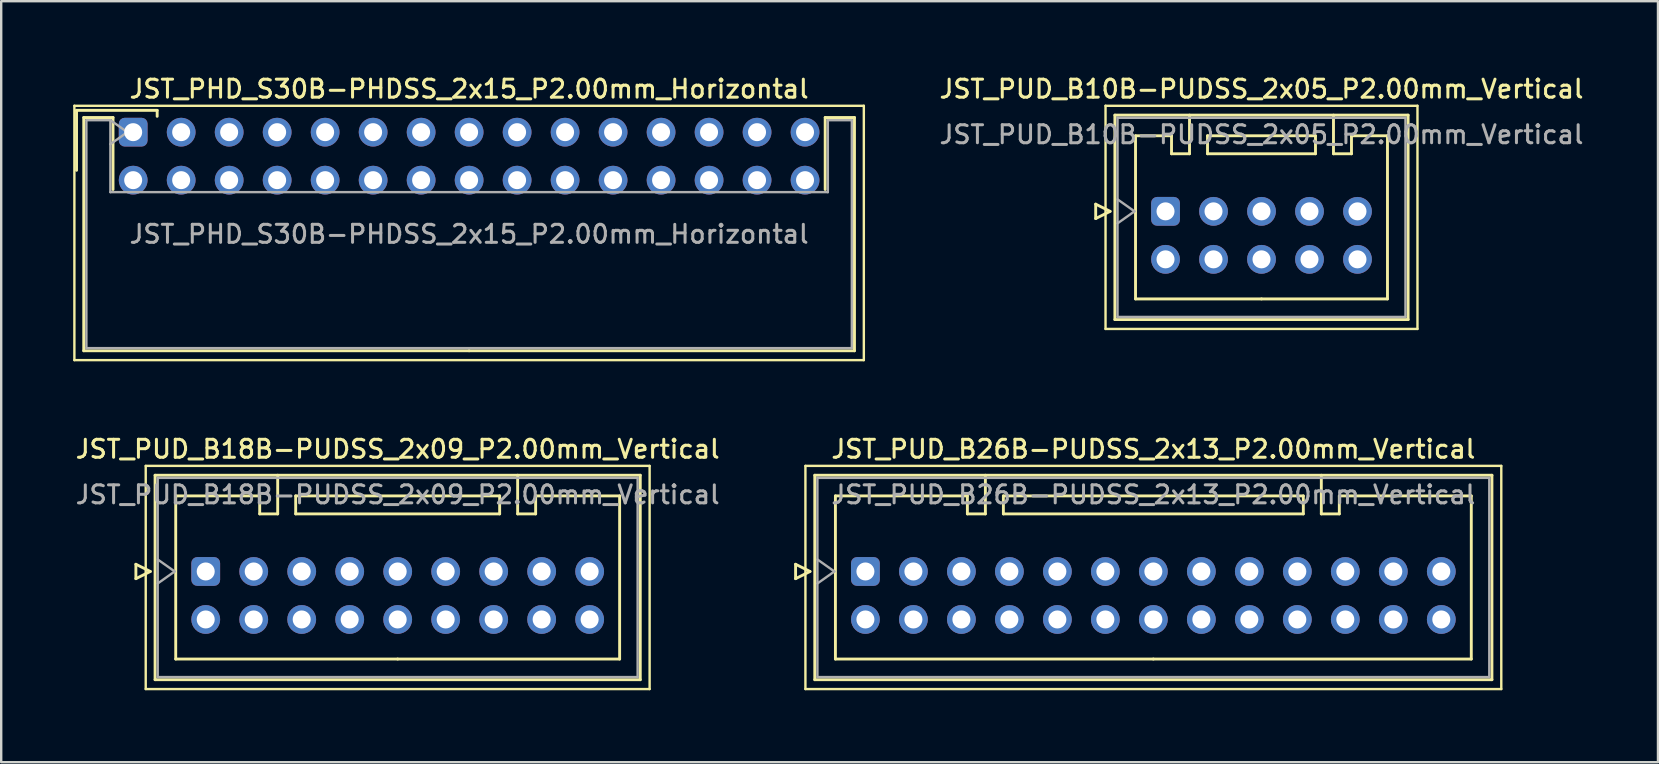
<source format=kicad_pcb>
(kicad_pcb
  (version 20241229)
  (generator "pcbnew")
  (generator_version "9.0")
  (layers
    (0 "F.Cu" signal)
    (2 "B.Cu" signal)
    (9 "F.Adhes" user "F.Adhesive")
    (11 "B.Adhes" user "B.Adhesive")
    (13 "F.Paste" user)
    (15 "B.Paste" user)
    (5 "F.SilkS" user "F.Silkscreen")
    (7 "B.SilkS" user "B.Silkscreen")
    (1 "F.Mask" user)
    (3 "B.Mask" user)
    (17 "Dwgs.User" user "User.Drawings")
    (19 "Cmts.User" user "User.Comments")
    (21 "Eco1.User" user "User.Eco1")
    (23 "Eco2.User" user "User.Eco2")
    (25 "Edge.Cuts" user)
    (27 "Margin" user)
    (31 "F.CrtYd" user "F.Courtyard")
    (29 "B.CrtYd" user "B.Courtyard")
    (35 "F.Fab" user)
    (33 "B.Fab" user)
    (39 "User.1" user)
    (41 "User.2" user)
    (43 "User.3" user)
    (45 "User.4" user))
  (footprint "JST_PUD_B26B-PUDSS_2x13_P2.00mm_Vertical"
    (layer "F.Cu")
    (at 33.016 20.766)
    (property "Reference" "JST_PUD_B26B-PUDSS_2x13_P2.00mm_Vertical" (at 12 -5.1 0) (layer "F.SilkS") (effects (font (size 0.75 0.75) (thickness 0.125))))
    (attr through_hole)
    (fp_line (start -2.91 -0.3) (end -2.31 0) (stroke (width 0.12) (type solid)) (layer "F.SilkS"))
    (fp_line (start -2.91 0.3) (end -2.91 -0.3) (stroke (width 0.12) (type solid)) (layer "F.SilkS"))
    (fp_line (start -2.5 -4.4) (end -2.5 4.9) (stroke (width 0.1) (type solid)) (layer "F.SilkS"))
    (fp_line (start -2.5 4.9) (end 26.5 4.9) (stroke (width 0.1) (type solid)) (layer "F.SilkS"))
    (fp_line (start -2.31 0) (end -2.91 0.3) (stroke (width 0.12) (type solid)) (layer "F.SilkS"))
    (fp_line (start -2.11 -4.01) (end -2.11 4.51) (stroke (width 0.12) (type solid)) (layer "F.SilkS"))
    (fp_line (start -2.11 4.51) (end 26.11 4.51) (stroke (width 0.12) (type solid)) (layer "F.SilkS"))
    (fp_line (start -1.25 -3.15) (end -1.25 3.65) (stroke (width 0.12) (type solid)) (layer "F.SilkS"))
    (fp_line (start -1.25 3.65) (end 12 3.65) (stroke (width 0.12) (type solid)) (layer "F.SilkS"))
    (fp_line (start 4.25 -3.15) (end -1.25 -3.15) (stroke (width 0.12) (type solid)) (layer "F.SilkS"))
    (fp_line (start 4.25 -2.4) (end 4.25 -3.15) (stroke (width 0.12) (type solid)) (layer "F.SilkS"))
    (fp_line (start 5 -4.01) (end 5 -2.4) (stroke (width 0.12) (type solid)) (layer "F.SilkS"))
    (fp_line (start 5 -2.4) (end 4.25 -2.4) (stroke (width 0.12) (type solid)) (layer "F.SilkS"))
    (fp_line (start 5.75 -3.15) (end 5.75 -2.4) (stroke (width 0.12) (type solid)) (layer "F.SilkS"))
    (fp_line (start 5.75 -2.4) (end 18.25 -2.4) (stroke (width 0.12) (type solid)) (layer "F.SilkS"))
    (fp_line (start 18.25 -3.15) (end 5.75 -3.15) (stroke (width 0.12) (type solid)) (layer "F.SilkS"))
    (fp_line (start 18.25 -2.4) (end 18.25 -3.15) (stroke (width 0.12) (type solid)) (layer "F.SilkS"))
    (fp_line (start 19 -4.01) (end 19 -2.4) (stroke (width 0.12) (type solid)) (layer "F.SilkS"))
    (fp_line (start 19 -2.4) (end 19.75 -2.4) (stroke (width 0.12) (type solid)) (layer "F.SilkS"))
    (fp_line (start 19.75 -3.15) (end 25.25 -3.15) (stroke (width 0.12) (type solid)) (layer "F.SilkS"))
    (fp_line (start 19.75 -2.4) (end 19.75 -3.15) (stroke (width 0.12) (type solid)) (layer "F.SilkS"))
    (fp_line (start 25.25 -3.15) (end 25.25 3.65) (stroke (width 0.12) (type solid)) (layer "F.SilkS"))
    (fp_line (start 25.25 3.65) (end 12 3.65) (stroke (width 0.12) (type solid)) (layer "F.SilkS"))
    (fp_line (start 26.11 -4.01) (end -2.11 -4.01) (stroke (width 0.12) (type solid)) (layer "F.SilkS"))
    (fp_line (start 26.11 4.51) (end 26.11 -4.01) (stroke (width 0.12) (type solid)) (layer "F.SilkS"))
    (fp_line (start 26.5 -4.4) (end -2.5 -4.4) (stroke (width 0.1) (type solid)) (layer "F.SilkS"))
    (fp_line (start 26.5 4.9) (end 26.5 -4.4) (stroke (width 0.1) (type solid)) (layer "F.SilkS"))
    (fp_line (start -2 -3.9) (end -2 4.4) (stroke (width 0.1) (type solid)) (layer "F.Fab"))
    (fp_line (start -2 0.5) (end -1.293 0) (stroke (width 0.1) (type solid)) (layer "F.Fab"))
    (fp_line (start -2 4.4) (end 26 4.4) (stroke (width 0.1) (type solid)) (layer "F.Fab"))
    (fp_line (start -1.293 0) (end -2 -0.5) (stroke (width 0.1) (type solid)) (layer "F.Fab"))
    (fp_line (start 26 -3.9) (end -2 -3.9) (stroke (width 0.1) (type solid)) (layer "F.Fab"))
    (fp_line (start 26 4.4) (end 26 -3.9) (stroke (width 0.1) (type solid)) (layer "F.Fab"))
    (fp_text user "${REFERENCE}" (at 12 -3.2 0) (layer "F.Fab") (effects (font (size 0.75 0.75) (thickness 0.125))))
    (pad "1" thru_hole roundrect (at 0 0) (size 1.2 1.2) (drill 0.75) (layers "*.Cu" "*.Mask") (roundrect_rratio 0.208))
    (pad "2" thru_hole circle (at 0 2) (size 1.2 1.2) (drill 0.75) (layers "*.Cu" "*.Mask"))
    (pad "3" thru_hole circle (at 2 0) (size 1.2 1.2) (drill 0.75) (layers "*.Cu" "*.Mask"))
    (pad "4" thru_hole circle (at 2 2) (size 1.2 1.2) (drill 0.75) (layers "*.Cu" "*.Mask"))
    (pad "5" thru_hole circle (at 4 0) (size 1.2 1.2) (drill 0.75) (layers "*.Cu" "*.Mask"))
    (pad "6" thru_hole circle (at 4 2) (size 1.2 1.2) (drill 0.75) (layers "*.Cu" "*.Mask"))
    (pad "7" thru_hole circle (at 6 0) (size 1.2 1.2) (drill 0.75) (layers "*.Cu" "*.Mask"))
    (pad "8" thru_hole circle (at 6 2) (size 1.2 1.2) (drill 0.75) (layers "*.Cu" "*.Mask"))
    (pad "9" thru_hole circle (at 8 0) (size 1.2 1.2) (drill 0.75) (layers "*.Cu" "*.Mask"))
    (pad "10" thru_hole circle (at 8 2) (size 1.2 1.2) (drill 0.75) (layers "*.Cu" "*.Mask"))
    (pad "11" thru_hole circle (at 10 0) (size 1.2 1.2) (drill 0.75) (layers "*.Cu" "*.Mask"))
    (pad "12" thru_hole circle (at 10 2) (size 1.2 1.2) (drill 0.75) (layers "*.Cu" "*.Mask"))
    (pad "13" thru_hole circle (at 12 0) (size 1.2 1.2) (drill 0.75) (layers "*.Cu" "*.Mask"))
    (pad "14" thru_hole circle (at 12 2) (size 1.2 1.2) (drill 0.75) (layers "*.Cu" "*.Mask"))
    (pad "15" thru_hole circle (at 14 0) (size 1.2 1.2) (drill 0.75) (layers "*.Cu" "*.Mask"))
    (pad "16" thru_hole circle (at 14 2) (size 1.2 1.2) (drill 0.75) (layers "*.Cu" "*.Mask"))
    (pad "17" thru_hole circle (at 16 0) (size 1.2 1.2) (drill 0.75) (layers "*.Cu" "*.Mask"))
    (pad "18" thru_hole circle (at 16 2) (size 1.2 1.2) (drill 0.75) (layers "*.Cu" "*.Mask"))
    (pad "19" thru_hole circle (at 18 0) (size 1.2 1.2) (drill 0.75) (layers "*.Cu" "*.Mask"))
    (pad "20" thru_hole circle (at 18 2) (size 1.2 1.2) (drill 0.75) (layers "*.Cu" "*.Mask"))
    (pad "21" thru_hole circle (at 20 0) (size 1.2 1.2) (drill 0.75) (layers "*.Cu" "*.Mask"))
    (pad "22" thru_hole circle (at 20 2) (size 1.2 1.2) (drill 0.75) (layers "*.Cu" "*.Mask"))
    (pad "23" thru_hole circle (at 22 0) (size 1.2 1.2) (drill 0.75) (layers "*.Cu" "*.Mask"))
    (pad "24" thru_hole circle (at 22 2) (size 1.2 1.2) (drill 0.75) (layers "*.Cu" "*.Mask"))
    (pad "25" thru_hole circle (at 24 0) (size 1.2 1.2) (drill 0.75) (layers "*.Cu" "*.Mask"))
    (pad "26" thru_hole circle (at 24 2) (size 1.2 1.2) (drill 0.75) (layers "*.Cu" "*.Mask")))
  (footprint "JST_PUD_B18B-PUDSS_2x09_P2.00mm_Vertical"
    (layer "F.Cu")
    (at 5.523 20.766)
    (property "Reference" "JST_PUD_B18B-PUDSS_2x09_P2.00mm_Vertical" (at 8 -5.1 0) (layer "F.SilkS") (effects (font (size 0.75 0.75) (thickness 0.125))))
    (attr through_hole)
    (fp_line (start -2.91 -0.3) (end -2.31 0) (stroke (width 0.12) (type solid)) (layer "F.SilkS"))
    (fp_line (start -2.91 0.3) (end -2.91 -0.3) (stroke (width 0.12) (type solid)) (layer "F.SilkS"))
    (fp_line (start -2.5 -4.4) (end -2.5 4.9) (stroke (width 0.1) (type solid)) (layer "F.SilkS"))
    (fp_line (start -2.5 4.9) (end 18.5 4.9) (stroke (width 0.1) (type solid)) (layer "F.SilkS"))
    (fp_line (start -2.31 0) (end -2.91 0.3) (stroke (width 0.12) (type solid)) (layer "F.SilkS"))
    (fp_line (start -2.11 -4.01) (end -2.11 4.51) (stroke (width 0.12) (type solid)) (layer "F.SilkS"))
    (fp_line (start -2.11 4.51) (end 18.11 4.51) (stroke (width 0.12) (type solid)) (layer "F.SilkS"))
    (fp_line (start -1.25 -3.15) (end -1.25 3.65) (stroke (width 0.12) (type solid)) (layer "F.SilkS"))
    (fp_line (start -1.25 3.65) (end 8 3.65) (stroke (width 0.12) (type solid)) (layer "F.SilkS"))
    (fp_line (start 2.25 -3.15) (end -1.25 -3.15) (stroke (width 0.12) (type solid)) (layer "F.SilkS"))
    (fp_line (start 2.25 -2.4) (end 2.25 -3.15) (stroke (width 0.12) (type solid)) (layer "F.SilkS"))
    (fp_line (start 3 -4.01) (end 3 -2.4) (stroke (width 0.12) (type solid)) (layer "F.SilkS"))
    (fp_line (start 3 -2.4) (end 2.25 -2.4) (stroke (width 0.12) (type solid)) (layer "F.SilkS"))
    (fp_line (start 3.75 -3.15) (end 3.75 -2.4) (stroke (width 0.12) (type solid)) (layer "F.SilkS"))
    (fp_line (start 3.75 -2.4) (end 12.25 -2.4) (stroke (width 0.12) (type solid)) (layer "F.SilkS"))
    (fp_line (start 12.25 -3.15) (end 3.75 -3.15) (stroke (width 0.12) (type solid)) (layer "F.SilkS"))
    (fp_line (start 12.25 -2.4) (end 12.25 -3.15) (stroke (width 0.12) (type solid)) (layer "F.SilkS"))
    (fp_line (start 13 -4.01) (end 13 -2.4) (stroke (width 0.12) (type solid)) (layer "F.SilkS"))
    (fp_line (start 13 -2.4) (end 13.75 -2.4) (stroke (width 0.12) (type solid)) (layer "F.SilkS"))
    (fp_line (start 13.75 -3.15) (end 17.25 -3.15) (stroke (width 0.12) (type solid)) (layer "F.SilkS"))
    (fp_line (start 13.75 -2.4) (end 13.75 -3.15) (stroke (width 0.12) (type solid)) (layer "F.SilkS"))
    (fp_line (start 17.25 -3.15) (end 17.25 3.65) (stroke (width 0.12) (type solid)) (layer "F.SilkS"))
    (fp_line (start 17.25 3.65) (end 8 3.65) (stroke (width 0.12) (type solid)) (layer "F.SilkS"))
    (fp_line (start 18.11 -4.01) (end -2.11 -4.01) (stroke (width 0.12) (type solid)) (layer "F.SilkS"))
    (fp_line (start 18.11 4.51) (end 18.11 -4.01) (stroke (width 0.12) (type solid)) (layer "F.SilkS"))
    (fp_line (start 18.5 -4.4) (end -2.5 -4.4) (stroke (width 0.1) (type solid)) (layer "F.SilkS"))
    (fp_line (start 18.5 4.9) (end 18.5 -4.4) (stroke (width 0.1) (type solid)) (layer "F.SilkS"))
    (fp_line (start -2 -3.9) (end -2 4.4) (stroke (width 0.1) (type solid)) (layer "F.Fab"))
    (fp_line (start -2 0.5) (end -1.293 0) (stroke (width 0.1) (type solid)) (layer "F.Fab"))
    (fp_line (start -2 4.4) (end 18 4.4) (stroke (width 0.1) (type solid)) (layer "F.Fab"))
    (fp_line (start -1.293 0) (end -2 -0.5) (stroke (width 0.1) (type solid)) (layer "F.Fab"))
    (fp_line (start 18 -3.9) (end -2 -3.9) (stroke (width 0.1) (type solid)) (layer "F.Fab"))
    (fp_line (start 18 4.4) (end 18 -3.9) (stroke (width 0.1) (type solid)) (layer "F.Fab"))
    (fp_text user "${REFERENCE}" (at 8 -3.2 0) (layer "F.Fab") (effects (font (size 0.75 0.75) (thickness 0.125))))
    (pad "1" thru_hole roundrect (at 0 0) (size 1.2 1.2) (drill 0.75) (layers "*.Cu" "*.Mask") (roundrect_rratio 0.208))
    (pad "2" thru_hole circle (at 0 2) (size 1.2 1.2) (drill 0.75) (layers "*.Cu" "*.Mask"))
    (pad "3" thru_hole circle (at 2 0) (size 1.2 1.2) (drill 0.75) (layers "*.Cu" "*.Mask"))
    (pad "4" thru_hole circle (at 2 2) (size 1.2 1.2) (drill 0.75) (layers "*.Cu" "*.Mask"))
    (pad "5" thru_hole circle (at 4 0) (size 1.2 1.2) (drill 0.75) (layers "*.Cu" "*.Mask"))
    (pad "6" thru_hole circle (at 4 2) (size 1.2 1.2) (drill 0.75) (layers "*.Cu" "*.Mask"))
    (pad "7" thru_hole circle (at 6 0) (size 1.2 1.2) (drill 0.75) (layers "*.Cu" "*.Mask"))
    (pad "8" thru_hole circle (at 6 2) (size 1.2 1.2) (drill 0.75) (layers "*.Cu" "*.Mask"))
    (pad "9" thru_hole circle (at 8 0) (size 1.2 1.2) (drill 0.75) (layers "*.Cu" "*.Mask"))
    (pad "10" thru_hole circle (at 8 2) (size 1.2 1.2) (drill 0.75) (layers "*.Cu" "*.Mask"))
    (pad "11" thru_hole circle (at 10 0) (size 1.2 1.2) (drill 0.75) (layers "*.Cu" "*.Mask"))
    (pad "12" thru_hole circle (at 10 2) (size 1.2 1.2) (drill 0.75) (layers "*.Cu" "*.Mask"))
    (pad "13" thru_hole circle (at 12 0) (size 1.2 1.2) (drill 0.75) (layers "*.Cu" "*.Mask"))
    (pad "14" thru_hole circle (at 12 2) (size 1.2 1.2) (drill 0.75) (layers "*.Cu" "*.Mask"))
    (pad "15" thru_hole circle (at 14 0) (size 1.2 1.2) (drill 0.75) (layers "*.Cu" "*.Mask"))
    (pad "16" thru_hole circle (at 14 2) (size 1.2 1.2) (drill 0.75) (layers "*.Cu" "*.Mask"))
    (pad "17" thru_hole circle (at 16 0) (size 1.2 1.2) (drill 0.75) (layers "*.Cu" "*.Mask"))
    (pad "18" thru_hole circle (at 16 2) (size 1.2 1.2) (drill 0.75) (layers "*.Cu" "*.Mask")))
  (footprint "JST_PUD_B10B-PUDSS_2x05_P2.00mm_Vertical"
    (layer "F.Cu")
    (at 45.523 5.758)
    (property "Reference" "JST_PUD_B10B-PUDSS_2x05_P2.00mm_Vertical" (at 4 -5.1 0) (layer "F.SilkS") (effects (font (size 0.75 0.75) (thickness 0.125))))
    (attr through_hole)
    (fp_line (start -2.91 -0.3) (end -2.31 0) (stroke (width 0.12) (type solid)) (layer "F.SilkS"))
    (fp_line (start -2.91 0.3) (end -2.91 -0.3) (stroke (width 0.12) (type solid)) (layer "F.SilkS"))
    (fp_line (start -2.5 -4.4) (end -2.5 4.9) (stroke (width 0.1) (type solid)) (layer "F.SilkS"))
    (fp_line (start -2.5 4.9) (end 10.5 4.9) (stroke (width 0.1) (type solid)) (layer "F.SilkS"))
    (fp_line (start -2.31 0) (end -2.91 0.3) (stroke (width 0.12) (type solid)) (layer "F.SilkS"))
    (fp_line (start -2.11 -4.01) (end -2.11 4.51) (stroke (width 0.12) (type solid)) (layer "F.SilkS"))
    (fp_line (start -2.11 4.51) (end 10.11 4.51) (stroke (width 0.12) (type solid)) (layer "F.SilkS"))
    (fp_line (start -1.25 -3.15) (end -1.25 3.65) (stroke (width 0.12) (type solid)) (layer "F.SilkS"))
    (fp_line (start -1.25 3.65) (end 4 3.65) (stroke (width 0.12) (type solid)) (layer "F.SilkS"))
    (fp_line (start 0.25 -3.15) (end -1.25 -3.15) (stroke (width 0.12) (type solid)) (layer "F.SilkS"))
    (fp_line (start 0.25 -2.4) (end 0.25 -3.15) (stroke (width 0.12) (type solid)) (layer "F.SilkS"))
    (fp_line (start 1 -4.01) (end 1 -2.4) (stroke (width 0.12) (type solid)) (layer "F.SilkS"))
    (fp_line (start 1 -2.4) (end 0.25 -2.4) (stroke (width 0.12) (type solid)) (layer "F.SilkS"))
    (fp_line (start 1.75 -3.15) (end 1.75 -2.4) (stroke (width 0.12) (type solid)) (layer "F.SilkS"))
    (fp_line (start 1.75 -2.4) (end 6.25 -2.4) (stroke (width 0.12) (type solid)) (layer "F.SilkS"))
    (fp_line (start 6.25 -3.15) (end 1.75 -3.15) (stroke (width 0.12) (type solid)) (layer "F.SilkS"))
    (fp_line (start 6.25 -2.4) (end 6.25 -3.15) (stroke (width 0.12) (type solid)) (layer "F.SilkS"))
    (fp_line (start 7 -4.01) (end 7 -2.4) (stroke (width 0.12) (type solid)) (layer "F.SilkS"))
    (fp_line (start 7 -2.4) (end 7.75 -2.4) (stroke (width 0.12) (type solid)) (layer "F.SilkS"))
    (fp_line (start 7.75 -3.15) (end 9.25 -3.15) (stroke (width 0.12) (type solid)) (layer "F.SilkS"))
    (fp_line (start 7.75 -2.4) (end 7.75 -3.15) (stroke (width 0.12) (type solid)) (layer "F.SilkS"))
    (fp_line (start 9.25 -3.15) (end 9.25 3.65) (stroke (width 0.12) (type solid)) (layer "F.SilkS"))
    (fp_line (start 9.25 3.65) (end 4 3.65) (stroke (width 0.12) (type solid)) (layer "F.SilkS"))
    (fp_line (start 10.11 -4.01) (end -2.11 -4.01) (stroke (width 0.12) (type solid)) (layer "F.SilkS"))
    (fp_line (start 10.11 4.51) (end 10.11 -4.01) (stroke (width 0.12) (type solid)) (layer "F.SilkS"))
    (fp_line (start 10.5 -4.4) (end -2.5 -4.4) (stroke (width 0.1) (type solid)) (layer "F.SilkS"))
    (fp_line (start 10.5 4.9) (end 10.5 -4.4) (stroke (width 0.1) (type solid)) (layer "F.SilkS"))
    (fp_line (start -2 -3.9) (end -2 4.4) (stroke (width 0.1) (type solid)) (layer "F.Fab"))
    (fp_line (start -2 0.5) (end -1.293 0) (stroke (width 0.1) (type solid)) (layer "F.Fab"))
    (fp_line (start -2 4.4) (end 10 4.4) (stroke (width 0.1) (type solid)) (layer "F.Fab"))
    (fp_line (start -1.293 0) (end -2 -0.5) (stroke (width 0.1) (type solid)) (layer "F.Fab"))
    (fp_line (start 10 -3.9) (end -2 -3.9) (stroke (width 0.1) (type solid)) (layer "F.Fab"))
    (fp_line (start 10 4.4) (end 10 -3.9) (stroke (width 0.1) (type solid)) (layer "F.Fab"))
    (fp_text user "${REFERENCE}" (at 4 -3.2 0) (layer "F.Fab") (effects (font (size 0.75 0.75) (thickness 0.125))))
    (pad "1" thru_hole roundrect (at 0 0) (size 1.2 1.2) (drill 0.75) (layers "*.Cu" "*.Mask") (roundrect_rratio 0.208))
    (pad "2" thru_hole circle (at 0 2) (size 1.2 1.2) (drill 0.75) (layers "*.Cu" "*.Mask"))
    (pad "3" thru_hole circle (at 2 0) (size 1.2 1.2) (drill 0.75) (layers "*.Cu" "*.Mask"))
    (pad "4" thru_hole circle (at 2 2) (size 1.2 1.2) (drill 0.75) (layers "*.Cu" "*.Mask"))
    (pad "5" thru_hole circle (at 4 0) (size 1.2 1.2) (drill 0.75) (layers "*.Cu" "*.Mask"))
    (pad "6" thru_hole circle (at 4 2) (size 1.2 1.2) (drill 0.75) (layers "*.Cu" "*.Mask"))
    (pad "7" thru_hole circle (at 6 0) (size 1.2 1.2) (drill 0.75) (layers "*.Cu" "*.Mask"))
    (pad "8" thru_hole circle (at 6 2) (size 1.2 1.2) (drill 0.75) (layers "*.Cu" "*.Mask"))
    (pad "9" thru_hole circle (at 8 0) (size 1.2 1.2) (drill 0.75) (layers "*.Cu" "*.Mask"))
    (pad "10" thru_hole circle (at 8 2) (size 1.2 1.2) (drill 0.75) (layers "*.Cu" "*.Mask")))
  (footprint "JST_PHD_S30B-PHDSS_2x15_P2.00mm_Horizontal"
    (layer "F.Cu")
    (at 2.5 2.458)
    (property "Reference" "JST_PHD_S30B-PHDSS_2x15_P2.00mm_Horizontal" (at 14 -1.8 0) (layer "F.SilkS") (effects (font (size 0.75 0.75) (thickness 0.125))))
    (attr through_hole)
    (fp_line (start -2.45 -1.1) (end -2.45 9.5) (stroke (width 0.1) (type solid)) (layer "F.SilkS"))
    (fp_line (start -2.45 9.5) (end 30.45 9.5) (stroke (width 0.1) (type solid)) (layer "F.SilkS"))
    (fp_line (start -2.36 -0.91) (end -2.36 1.59) (stroke (width 0.12) (type solid)) (layer "F.SilkS"))
    (fp_line (start -2.06 -0.61) (end -2.06 9.11) (stroke (width 0.12) (type solid)) (layer "F.SilkS"))
    (fp_line (start -2.06 9.11) (end 14 9.11) (stroke (width 0.12) (type solid)) (layer "F.SilkS"))
    (fp_line (start -0.84 -0.61) (end -2.06 -0.61) (stroke (width 0.12) (type solid)) (layer "F.SilkS"))
    (fp_line (start -0.84 2.39) (end -0.84 -0.61) (stroke (width 0.12) (type solid)) (layer "F.SilkS"))
    (fp_line (start 1 -0.91) (end -2.36 -0.91) (stroke (width 0.12) (type solid)) (layer "F.SilkS"))
    (fp_line (start 1 -0.66) (end 1 -0.91) (stroke (width 0.12) (type solid)) (layer "F.SilkS"))
    (fp_line (start 28.84 -0.61) (end 30.06 -0.61) (stroke (width 0.12) (type solid)) (layer "F.SilkS"))
    (fp_line (start 28.84 2.39) (end 28.84 -0.61) (stroke (width 0.12) (type solid)) (layer "F.SilkS"))
    (fp_line (start 30.06 -0.61) (end 30.06 9.11) (stroke (width 0.12) (type solid)) (layer "F.SilkS"))
    (fp_line (start 30.06 9.11) (end 14 9.11) (stroke (width 0.12) (type solid)) (layer "F.SilkS"))
    (fp_line (start 30.45 -1.1) (end -2.45 -1.1) (stroke (width 0.1) (type solid)) (layer "F.SilkS"))
    (fp_line (start 30.45 9.5) (end 30.45 -1.1) (stroke (width 0.1) (type solid)) (layer "F.SilkS"))
    (fp_line (start -1.95 -0.5) (end -0.95 -0.5) (stroke (width 0.1) (type solid)) (layer "F.Fab"))
    (fp_line (start -1.95 9) (end -1.95 -0.5) (stroke (width 0.1) (type solid)) (layer "F.Fab"))
    (fp_line (start -0.95 -0.5) (end -0.95 2.5) (stroke (width 0.1) (type solid)) (layer "F.Fab"))
    (fp_line (start -0.95 -0.5) (end -0.243 0) (stroke (width 0.1) (type solid)) (layer "F.Fab"))
    (fp_line (start -0.95 2.5) (end 28.95 2.5) (stroke (width 0.1) (type solid)) (layer "F.Fab"))
    (fp_line (start -0.243 0) (end -0.95 0.5) (stroke (width 0.1) (type solid)) (layer "F.Fab"))
    (fp_line (start 28.95 -0.5) (end 29.95 -0.5) (stroke (width 0.1) (type solid)) (layer "F.Fab"))
    (fp_line (start 28.95 2.5) (end 28.95 -0.5) (stroke (width 0.1) (type solid)) (layer "F.Fab"))
    (fp_line (start 29.95 -0.5) (end 29.95 9) (stroke (width 0.1) (type solid)) (layer "F.Fab"))
    (fp_line (start 29.95 9) (end -1.95 9) (stroke (width 0.1) (type solid)) (layer "F.Fab"))
    (fp_text user "${REFERENCE}" (at 14 4.25 0) (layer "F.Fab") (effects (font (size 0.75 0.75) (thickness 0.125))))
    (pad "1" thru_hole roundrect (at 0 0) (size 1.2 1.2) (drill 0.75) (layers "*.Cu" "*.Mask") (roundrect_rratio 0.208))
    (pad "2" thru_hole circle (at 0 2) (size 1.2 1.2) (drill 0.75) (layers "*.Cu" "*.Mask"))
    (pad "3" thru_hole circle (at 2 0) (size 1.2 1.2) (drill 0.75) (layers "*.Cu" "*.Mask"))
    (pad "4" thru_hole circle (at 2 2) (size 1.2 1.2) (drill 0.75) (layers "*.Cu" "*.Mask"))
    (pad "5" thru_hole circle (at 4 0) (size 1.2 1.2) (drill 0.75) (layers "*.Cu" "*.Mask"))
    (pad "6" thru_hole circle (at 4 2) (size 1.2 1.2) (drill 0.75) (layers "*.Cu" "*.Mask"))
    (pad "7" thru_hole circle (at 6 0) (size 1.2 1.2) (drill 0.75) (layers "*.Cu" "*.Mask"))
    (pad "8" thru_hole circle (at 6 2) (size 1.2 1.2) (drill 0.75) (layers "*.Cu" "*.Mask"))
    (pad "9" thru_hole circle (at 8 0) (size 1.2 1.2) (drill 0.75) (layers "*.Cu" "*.Mask"))
    (pad "10" thru_hole circle (at 8 2) (size 1.2 1.2) (drill 0.75) (layers "*.Cu" "*.Mask"))
    (pad "11" thru_hole circle (at 10 0) (size 1.2 1.2) (drill 0.75) (layers "*.Cu" "*.Mask"))
    (pad "12" thru_hole circle (at 10 2) (size 1.2 1.2) (drill 0.75) (layers "*.Cu" "*.Mask"))
    (pad "13" thru_hole circle (at 12 0) (size 1.2 1.2) (drill 0.75) (layers "*.Cu" "*.Mask"))
    (pad "14" thru_hole circle (at 12 2) (size 1.2 1.2) (drill 0.75) (layers "*.Cu" "*.Mask"))
    (pad "15" thru_hole circle (at 14 0) (size 1.2 1.2) (drill 0.75) (layers "*.Cu" "*.Mask"))
    (pad "16" thru_hole circle (at 14 2) (size 1.2 1.2) (drill 0.75) (layers "*.Cu" "*.Mask"))
    (pad "17" thru_hole circle (at 16 0) (size 1.2 1.2) (drill 0.75) (layers "*.Cu" "*.Mask"))
    (pad "18" thru_hole circle (at 16 2) (size 1.2 1.2) (drill 0.75) (layers "*.Cu" "*.Mask"))
    (pad "19" thru_hole circle (at 18 0) (size 1.2 1.2) (drill 0.75) (layers "*.Cu" "*.Mask"))
    (pad "20" thru_hole circle (at 18 2) (size 1.2 1.2) (drill 0.75) (layers "*.Cu" "*.Mask"))
    (pad "21" thru_hole circle (at 20 0) (size 1.2 1.2) (drill 0.75) (layers "*.Cu" "*.Mask"))
    (pad "22" thru_hole circle (at 20 2) (size 1.2 1.2) (drill 0.75) (layers "*.Cu" "*.Mask"))
    (pad "23" thru_hole circle (at 22 0) (size 1.2 1.2) (drill 0.75) (layers "*.Cu" "*.Mask"))
    (pad "24" thru_hole circle (at 22 2) (size 1.2 1.2) (drill 0.75) (layers "*.Cu" "*.Mask"))
    (pad "25" thru_hole circle (at 24 0) (size 1.2 1.2) (drill 0.75) (layers "*.Cu" "*.Mask"))
    (pad "26" thru_hole circle (at 24 2) (size 1.2 1.2) (drill 0.75) (layers "*.Cu" "*.Mask"))
    (pad "27" thru_hole circle (at 26 0) (size 1.2 1.2) (drill 0.75) (layers "*.Cu" "*.Mask"))
    (pad "28" thru_hole circle (at 26 2) (size 1.2 1.2) (drill 0.75) (layers "*.Cu" "*.Mask"))
    (pad "29" thru_hole circle (at 28 0) (size 1.2 1.2) (drill 0.75) (layers "*.Cu" "*.Mask"))
    (pad "30" thru_hole circle (at 28 2) (size 1.2 1.2) (drill 0.75) (layers "*.Cu" "*.Mask")))
  (gr_rect
    (start -3 -3)
    (end 66.046 28.716)
    (stroke (width 0.1) (type default))
    (fill no)
    (layer "Edge.Cuts")))
</source>
